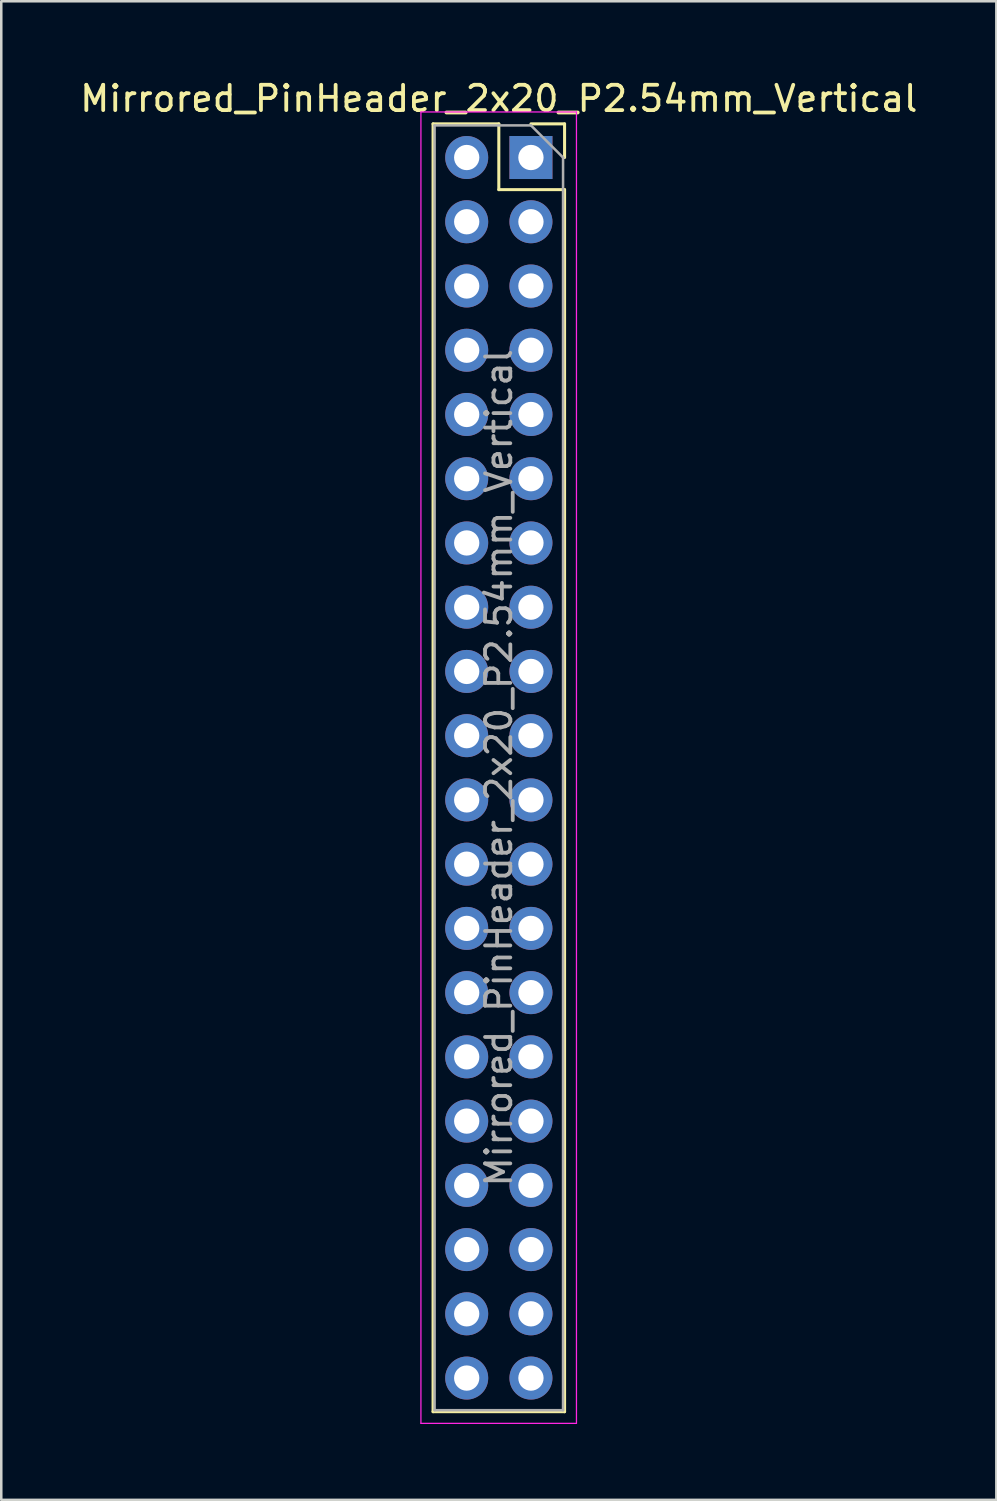
<source format=kicad_pcb>
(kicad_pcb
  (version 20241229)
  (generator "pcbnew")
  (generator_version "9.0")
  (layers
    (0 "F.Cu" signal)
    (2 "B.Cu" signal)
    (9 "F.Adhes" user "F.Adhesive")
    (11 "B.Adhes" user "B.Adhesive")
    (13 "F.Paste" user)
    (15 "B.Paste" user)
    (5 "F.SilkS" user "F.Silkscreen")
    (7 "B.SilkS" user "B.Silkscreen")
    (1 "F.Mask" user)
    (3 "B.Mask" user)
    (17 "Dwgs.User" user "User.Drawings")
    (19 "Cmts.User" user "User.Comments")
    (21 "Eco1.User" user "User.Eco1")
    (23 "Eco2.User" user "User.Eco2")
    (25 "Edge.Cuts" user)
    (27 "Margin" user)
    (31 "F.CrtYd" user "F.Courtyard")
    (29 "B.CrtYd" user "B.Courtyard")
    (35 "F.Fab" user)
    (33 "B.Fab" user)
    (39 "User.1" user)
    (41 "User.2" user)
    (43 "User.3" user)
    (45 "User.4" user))
  (footprint "Mirrored_PinHeader_2x20_P2.54mm_Vertical"
    (layer "F.Cu")
    (at 14.563 3.178)
    (property "Reference" "Mirrored_PinHeader_2x20_P2.54mm_Vertical" (at 2.11 -2.33 0) (layer "F.SilkS") (effects (font (size 1 1) (thickness 0.15))))
    (attr through_hole)
    (fp_line (start -0.49 -1.33) (end -0.49 49.59) (stroke (width 0.12) (type solid)) (layer "F.SilkS"))
    (fp_line (start 2.11 -1.33) (end -0.49 -1.33) (stroke (width 0.12) (type solid)) (layer "F.SilkS"))
    (fp_line (start 2.11 1.27) (end 2.11 -1.33) (stroke (width 0.12) (type solid)) (layer "F.SilkS"))
    (fp_line (start 4.71 -1.33) (end 3.38 -1.33) (stroke (width 0.12) (type solid)) (layer "F.SilkS"))
    (fp_line (start 4.71 0) (end 4.71 -1.33) (stroke (width 0.12) (type solid)) (layer "F.SilkS"))
    (fp_line (start 4.71 1.27) (end 2.11 1.27) (stroke (width 0.12) (type solid)) (layer "F.SilkS"))
    (fp_line (start 4.71 1.27) (end 4.71 49.59) (stroke (width 0.12) (type solid)) (layer "F.SilkS"))
    (fp_line (start 4.71 49.59) (end -0.49 49.59) (stroke (width 0.12) (type solid)) (layer "F.SilkS"))
    (fp_line (start -0.97 -1.8) (end 5.18 -1.8) (stroke (width 0.05) (type solid)) (layer "F.CrtYd"))
    (fp_line (start -0.97 50.05) (end -0.97 -1.8) (stroke (width 0.05) (type solid)) (layer "F.CrtYd"))
    (fp_line (start 5.18 -1.8) (end 5.18 50.05) (stroke (width 0.05) (type solid)) (layer "F.CrtYd"))
    (fp_line (start 5.18 50.05) (end -0.97 50.05) (stroke (width 0.05) (type solid)) (layer "F.CrtYd"))
    (fp_line (start -0.43 -1.27) (end -0.43 49.53) (stroke (width 0.1) (type solid)) (layer "F.Fab"))
    (fp_line (start -0.43 49.53) (end 4.65 49.53) (stroke (width 0.1) (type solid)) (layer "F.Fab"))
    (fp_line (start 3.38 -1.27) (end -0.43 -1.27) (stroke (width 0.1) (type solid)) (layer "F.Fab"))
    (fp_line (start 4.65 0) (end 3.38 -1.27) (stroke (width 0.1) (type solid)) (layer "F.Fab"))
    (fp_line (start 4.65 49.53) (end 4.65 0) (stroke (width 0.1) (type solid)) (layer "F.Fab"))
    (fp_text user "${REFERENCE}" (at 2.11 24.13 90) (layer "F.Fab") (effects (font (size 1 1) (thickness 0.15))))
    (pad "1" thru_hole rect (at 3.38 0) (size 1.7 1.7) (drill 1) (layers "*.Cu" "*.Mask"))
    (pad "2" thru_hole oval (at 0.84 0) (size 1.7 1.7) (drill 1) (layers "*.Cu" "*.Mask"))
    (pad "3" thru_hole oval (at 3.38 2.54) (size 1.7 1.7) (drill 1) (layers "*.Cu" "*.Mask"))
    (pad "4" thru_hole oval (at 0.84 2.54) (size 1.7 1.7) (drill 1) (layers "*.Cu" "*.Mask"))
    (pad "5" thru_hole oval (at 3.38 5.08) (size 1.7 1.7) (drill 1) (layers "*.Cu" "*.Mask"))
    (pad "6" thru_hole oval (at 0.84 5.08) (size 1.7 1.7) (drill 1) (layers "*.Cu" "*.Mask"))
    (pad "7" thru_hole oval (at 3.38 7.62) (size 1.7 1.7) (drill 1) (layers "*.Cu" "*.Mask"))
    (pad "8" thru_hole oval (at 0.84 7.62) (size 1.7 1.7) (drill 1) (layers "*.Cu" "*.Mask"))
    (pad "9" thru_hole oval (at 3.38 10.16) (size 1.7 1.7) (drill 1) (layers "*.Cu" "*.Mask"))
    (pad "10" thru_hole oval (at 0.84 10.16) (size 1.7 1.7) (drill 1) (layers "*.Cu" "*.Mask"))
    (pad "11" thru_hole oval (at 3.38 12.7) (size 1.7 1.7) (drill 1) (layers "*.Cu" "*.Mask"))
    (pad "12" thru_hole oval (at 0.84 12.7) (size 1.7 1.7) (drill 1) (layers "*.Cu" "*.Mask"))
    (pad "13" thru_hole oval (at 3.38 15.24) (size 1.7 1.7) (drill 1) (layers "*.Cu" "*.Mask"))
    (pad "14" thru_hole oval (at 0.84 15.24) (size 1.7 1.7) (drill 1) (layers "*.Cu" "*.Mask"))
    (pad "15" thru_hole oval (at 3.38 17.78) (size 1.7 1.7) (drill 1) (layers "*.Cu" "*.Mask"))
    (pad "16" thru_hole oval (at 0.84 17.78) (size 1.7 1.7) (drill 1) (layers "*.Cu" "*.Mask"))
    (pad "17" thru_hole oval (at 3.38 20.32) (size 1.7 1.7) (drill 1) (layers "*.Cu" "*.Mask"))
    (pad "18" thru_hole oval (at 0.84 20.32) (size 1.7 1.7) (drill 1) (layers "*.Cu" "*.Mask"))
    (pad "19" thru_hole oval (at 3.38 22.86) (size 1.7 1.7) (drill 1) (layers "*.Cu" "*.Mask"))
    (pad "20" thru_hole oval (at 0.84 22.86) (size 1.7 1.7) (drill 1) (layers "*.Cu" "*.Mask"))
    (pad "21" thru_hole oval (at 3.38 25.4) (size 1.7 1.7) (drill 1) (layers "*.Cu" "*.Mask"))
    (pad "22" thru_hole oval (at 0.84 25.4) (size 1.7 1.7) (drill 1) (layers "*.Cu" "*.Mask"))
    (pad "23" thru_hole oval (at 3.38 27.94) (size 1.7 1.7) (drill 1) (layers "*.Cu" "*.Mask"))
    (pad "24" thru_hole oval (at 0.84 27.94) (size 1.7 1.7) (drill 1) (layers "*.Cu" "*.Mask"))
    (pad "25" thru_hole oval (at 3.38 30.48) (size 1.7 1.7) (drill 1) (layers "*.Cu" "*.Mask"))
    (pad "26" thru_hole oval (at 0.84 30.48) (size 1.7 1.7) (drill 1) (layers "*.Cu" "*.Mask"))
    (pad "27" thru_hole oval (at 3.38 33.02) (size 1.7 1.7) (drill 1) (layers "*.Cu" "*.Mask"))
    (pad "28" thru_hole oval (at 0.84 33.02) (size 1.7 1.7) (drill 1) (layers "*.Cu" "*.Mask"))
    (pad "29" thru_hole oval (at 3.38 35.56) (size 1.7 1.7) (drill 1) (layers "*.Cu" "*.Mask"))
    (pad "30" thru_hole oval (at 0.84 35.56) (size 1.7 1.7) (drill 1) (layers "*.Cu" "*.Mask"))
    (pad "31" thru_hole oval (at 3.38 38.1) (size 1.7 1.7) (drill 1) (layers "*.Cu" "*.Mask"))
    (pad "32" thru_hole oval (at 0.84 38.1) (size 1.7 1.7) (drill 1) (layers "*.Cu" "*.Mask"))
    (pad "33" thru_hole oval (at 3.38 40.64) (size 1.7 1.7) (drill 1) (layers "*.Cu" "*.Mask"))
    (pad "34" thru_hole oval (at 0.84 40.64) (size 1.7 1.7) (drill 1) (layers "*.Cu" "*.Mask"))
    (pad "35" thru_hole oval (at 3.38 43.18) (size 1.7 1.7) (drill 1) (layers "*.Cu" "*.Mask"))
    (pad "36" thru_hole oval (at 0.84 43.18) (size 1.7 1.7) (drill 1) (layers "*.Cu" "*.Mask"))
    (pad "37" thru_hole oval (at 3.38 45.72) (size 1.7 1.7) (drill 1) (layers "*.Cu" "*.Mask"))
    (pad "38" thru_hole oval (at 0.84 45.72) (size 1.7 1.7) (drill 1) (layers "*.Cu" "*.Mask"))
    (pad "39" thru_hole oval (at 3.38 48.26) (size 1.7 1.7) (drill 1) (layers "*.Cu" "*.Mask"))
    (pad "40" thru_hole oval (at 0.84 48.26) (size 1.7 1.7) (drill 1) (layers "*.Cu" "*.Mask")))
  (gr_rect
    (start -3 -3)
    (end 36.345 56.253)
    (stroke (width 0.1) (type default))
    (fill no)
    (layer "Edge.Cuts")))
</source>
